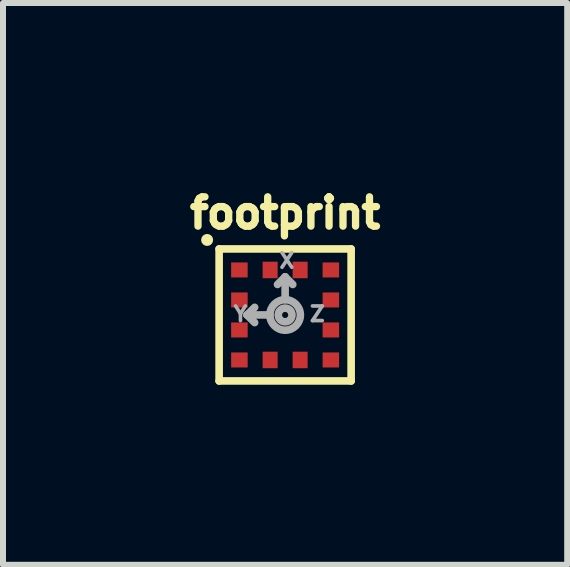
<source format=kicad_pcb>
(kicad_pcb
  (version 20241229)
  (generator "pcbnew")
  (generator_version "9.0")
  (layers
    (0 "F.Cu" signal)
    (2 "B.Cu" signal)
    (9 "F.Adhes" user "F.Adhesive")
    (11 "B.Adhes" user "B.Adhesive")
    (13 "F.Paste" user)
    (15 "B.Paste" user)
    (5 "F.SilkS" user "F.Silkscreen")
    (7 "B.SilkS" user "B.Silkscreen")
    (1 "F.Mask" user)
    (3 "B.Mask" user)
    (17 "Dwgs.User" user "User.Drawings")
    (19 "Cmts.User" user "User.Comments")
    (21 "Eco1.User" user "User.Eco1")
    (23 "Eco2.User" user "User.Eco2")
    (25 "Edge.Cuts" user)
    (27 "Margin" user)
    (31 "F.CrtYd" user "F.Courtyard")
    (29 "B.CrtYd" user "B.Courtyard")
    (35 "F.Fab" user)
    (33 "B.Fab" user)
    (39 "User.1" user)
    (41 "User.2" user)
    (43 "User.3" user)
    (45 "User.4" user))
  (footprint "footprint"
    (layer "F.Cu")
    (at 1.702 2.199)
    (property "Reference" "footprint" (at 0 -1.7 0) (layer "F.SilkS") (effects (font (size 0.488 0.488) (thickness 0.122))))
    (fp_line (start -1.1 -1.1) (end 1.1 -1.1) (stroke (width 0.127) (type solid)) (layer "F.SilkS"))
    (fp_line (start -1.1 1.1) (end -1.1 -1.1) (stroke (width 0.127) (type solid)) (layer "F.SilkS"))
    (fp_line (start 1.1 -1.1) (end 1.1 1.1) (stroke (width 0.127) (type solid)) (layer "F.SilkS"))
    (fp_line (start 1.1 1.1) (end -1.1 1.1) (stroke (width 0.127) (type solid)) (layer "F.SilkS"))
    (fp_circle (center -1.3 -1.25) (end -1.25 -1.25) (stroke (width 0.1) (type solid)) (fill no) (layer "F.SilkS"))
    (fp_line (start -0.635 0) (end -0.508 -0.127) (stroke (width 0.127) (type solid)) (layer "F.Fab"))
    (fp_line (start -0.635 0) (end -0.508 0.127) (stroke (width 0.127) (type solid)) (layer "F.Fab"))
    (fp_line (start -0.635 0) (end -0.254 0) (stroke (width 0.127) (type solid)) (layer "F.Fab"))
    (fp_line (start 0 -0.635) (end -0.127 -0.508) (stroke (width 0.127) (type solid)) (layer "F.Fab"))
    (fp_line (start 0 -0.635) (end 0.127 -0.508) (stroke (width 0.127) (type solid)) (layer "F.Fab"))
    (fp_line (start 0 -0.254) (end 0 -0.635) (stroke (width 0.127) (type solid)) (layer "F.Fab"))
    (fp_circle (center 0 0) (end 0.051 0) (stroke (width 0.127) (type solid)) (fill no) (layer "F.Fab"))
    (fp_circle (center 0 0) (end 0.254 0) (stroke (width 0.127) (type solid)) (fill no) (layer "F.Fab"))
    (fp_text user "X" (at -0.127 -0.762 0) (layer "F.Fab") (effects (font (size 0.244 0.244) (thickness 0.061)) (justify left bottom)))
    (fp_text user "Y" (at -0.889 0.127 0) (layer "F.Fab") (effects (font (size 0.244 0.244) (thickness 0.061)) (justify left bottom)))
    (fp_text user "Z" (at 0.381 0.127 0) (layer "F.Fab") (effects (font (size 0.244 0.244) (thickness 0.061)) (justify left bottom)))
    (pad "1" smd rect (at -0.762 -0.75 90) (size 0.25 0.275) (layers "F.Cu" "F.Mask" "F.Paste"))
    (pad "2" smd rect (at -0.762 -0.25 90) (size 0.25 0.275) (layers "F.Cu" "F.Mask" "F.Paste"))
    (pad "3" smd rect (at -0.762 0.25 90) (size 0.25 0.275) (layers "F.Cu" "F.Mask" "F.Paste"))
    (pad "4" smd rect (at -0.762 0.75 90) (size 0.25 0.275) (layers "F.Cu" "F.Mask" "F.Paste"))
    (pad "5" smd rect (at -0.25 0.75) (size 0.25 0.275) (layers "F.Cu" "F.Mask" "F.Paste"))
    (pad "6" smd rect (at 0.25 0.75) (size 0.25 0.275) (layers "F.Cu" "F.Mask" "F.Paste"))
    (pad "7" smd rect (at 0.762 0.75 90) (size 0.25 0.275) (layers "F.Cu" "F.Mask" "F.Paste"))
    (pad "8" smd rect (at 0.762 0.25 90) (size 0.25 0.275) (layers "F.Cu" "F.Mask" "F.Paste"))
    (pad "9" smd rect (at 0.762 -0.25 90) (size 0.25 0.275) (layers "F.Cu" "F.Mask" "F.Paste"))
    (pad "10" smd rect (at 0.762 -0.75 90) (size 0.25 0.275) (layers "F.Cu" "F.Mask" "F.Paste"))
    (pad "11" smd rect (at 0.25 -0.75) (size 0.25 0.275) (layers "F.Cu" "F.Mask" "F.Paste"))
    (pad "12" smd rect (at -0.25 -0.75) (size 0.25 0.275) (layers "F.Cu" "F.Mask" "F.Paste"))
    (zone (net_name "") (layer "F.Cu") (hatch edge 0.508) (connect_pads) (min_thickness 0.254) (filled_areas_thickness no) (keepout (tracks not_allowed) (vias not_allowed) (pads not_allowed) (copperpour not_allowed) (footprints allowed)) (placement (enabled no)) (fill) (polygon (pts (xy 2.227 2.319) (xy 2.702 2.319) (xy 2.702 2.079) (xy 2.227 2.079)))))
  (gr_rect
    (start -3 -3)
    (end 6.403 6.363)
    (stroke (width 0.1) (type default))
    (fill no)
    (layer "Edge.Cuts")))
</source>
